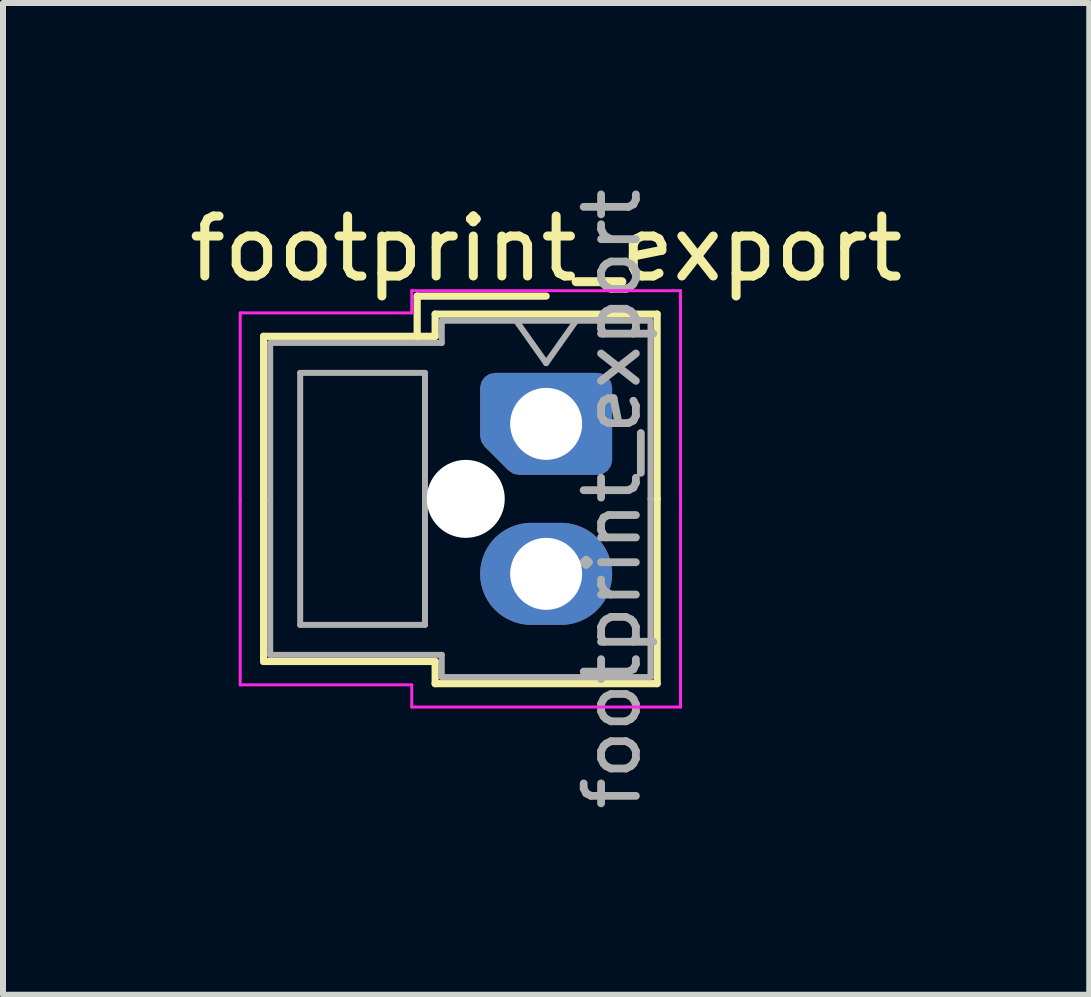
<source format=kicad_pcb>
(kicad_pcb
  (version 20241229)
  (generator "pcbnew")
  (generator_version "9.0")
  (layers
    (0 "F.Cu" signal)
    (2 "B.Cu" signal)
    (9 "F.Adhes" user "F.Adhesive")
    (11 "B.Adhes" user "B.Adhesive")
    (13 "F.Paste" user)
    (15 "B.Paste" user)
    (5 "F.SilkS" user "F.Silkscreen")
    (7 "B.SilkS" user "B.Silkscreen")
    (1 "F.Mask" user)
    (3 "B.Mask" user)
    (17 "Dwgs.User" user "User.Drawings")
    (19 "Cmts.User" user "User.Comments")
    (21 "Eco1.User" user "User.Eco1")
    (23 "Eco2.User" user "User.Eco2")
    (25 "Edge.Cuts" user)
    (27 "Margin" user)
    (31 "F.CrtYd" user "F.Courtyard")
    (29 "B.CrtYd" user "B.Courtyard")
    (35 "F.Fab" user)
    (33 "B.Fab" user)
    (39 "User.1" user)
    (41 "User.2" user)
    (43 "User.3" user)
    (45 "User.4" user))
  (footprint "footprint_export"
    (layer "F.Cu")
    (at 6.054 4.016)
    (property "Reference" "footprint_export" (at 0 -2.92 0) (layer "F.SilkS") (effects (font (size 1 1) (thickness 0.15))))
    (attr through_hole)
    (fp_line (start -4.71 -1.46) (end -4.71 1.25) (stroke (width 0.12) (type solid)) (layer "F.SilkS"))
    (fp_line (start -4.71 3.96) (end -4.71 1.25) (stroke (width 0.12) (type solid)) (layer "F.SilkS"))
    (fp_line (start -2.15 -2.13) (end -2.15 -1.46) (stroke (width 0.12) (type solid)) (layer "F.SilkS"))
    (fp_line (start -1.85 -1.83) (end -1.85 -1.46) (stroke (width 0.12) (type solid)) (layer "F.SilkS"))
    (fp_line (start -1.85 -1.46) (end -4.71 -1.46) (stroke (width 0.12) (type solid)) (layer "F.SilkS"))
    (fp_line (start -1.85 3.96) (end -4.71 3.96) (stroke (width 0.12) (type solid)) (layer "F.SilkS"))
    (fp_line (start -1.85 4.33) (end -1.85 3.96) (stroke (width 0.12) (type solid)) (layer "F.SilkS"))
    (fp_line (start 0 -2.13) (end -2.15 -2.13) (stroke (width 0.12) (type solid)) (layer "F.SilkS"))
    (fp_line (start 1.85 -1.83) (end -1.85 -1.83) (stroke (width 0.12) (type solid)) (layer "F.SilkS"))
    (fp_line (start 1.85 1.25) (end 1.85 -1.83) (stroke (width 0.12) (type solid)) (layer "F.SilkS"))
    (fp_line (start 1.85 1.25) (end 1.85 4.33) (stroke (width 0.12) (type solid)) (layer "F.SilkS"))
    (fp_line (start 1.85 4.33) (end -1.85 4.33) (stroke (width 0.12) (type solid)) (layer "F.SilkS"))
    (fp_line (start -5.1 -1.85) (end -5.1 1.25) (stroke (width 0.05) (type solid)) (layer "F.CrtYd"))
    (fp_line (start -5.1 4.35) (end -5.1 1.25) (stroke (width 0.05) (type solid)) (layer "F.CrtYd"))
    (fp_line (start -2.24 -2.22) (end -2.24 -1.85) (stroke (width 0.05) (type solid)) (layer "F.CrtYd"))
    (fp_line (start -2.24 -1.85) (end -5.1 -1.85) (stroke (width 0.05) (type solid)) (layer "F.CrtYd"))
    (fp_line (start -2.24 4.35) (end -5.1 4.35) (stroke (width 0.05) (type solid)) (layer "F.CrtYd"))
    (fp_line (start -2.24 4.72) (end -2.24 4.35) (stroke (width 0.05) (type solid)) (layer "F.CrtYd"))
    (fp_line (start 2.24 -2.22) (end -2.24 -2.22) (stroke (width 0.05) (type solid)) (layer "F.CrtYd"))
    (fp_line (start 2.24 1.25) (end 2.24 -2.22) (stroke (width 0.05) (type solid)) (layer "F.CrtYd"))
    (fp_line (start 2.24 1.25) (end 2.24 4.72) (stroke (width 0.05) (type solid)) (layer "F.CrtYd"))
    (fp_line (start 2.24 4.72) (end -2.24 4.72) (stroke (width 0.05) (type solid)) (layer "F.CrtYd"))
    (fp_line (start -4.6 -1.35) (end -4.6 1.25) (stroke (width 0.1) (type solid)) (layer "F.Fab"))
    (fp_line (start -4.6 3.85) (end -4.6 1.25) (stroke (width 0.1) (type solid)) (layer "F.Fab"))
    (fp_line (start -4.1 -0.85) (end -4.1 3.35) (stroke (width 0.1) (type solid)) (layer "F.Fab"))
    (fp_line (start -4.1 3.35) (end -2.02 3.35) (stroke (width 0.1) (type solid)) (layer "F.Fab"))
    (fp_line (start -2.02 -0.85) (end -4.1 -0.85) (stroke (width 0.1) (type solid)) (layer "F.Fab"))
    (fp_line (start -2.02 3.35) (end -2.02 -0.85) (stroke (width 0.1) (type solid)) (layer "F.Fab"))
    (fp_line (start -1.74 -1.72) (end -1.74 -1.35) (stroke (width 0.1) (type solid)) (layer "F.Fab"))
    (fp_line (start -1.74 -1.35) (end -4.6 -1.35) (stroke (width 0.1) (type solid)) (layer "F.Fab"))
    (fp_line (start -1.74 3.85) (end -4.6 3.85) (stroke (width 0.1) (type solid)) (layer "F.Fab"))
    (fp_line (start -1.74 4.22) (end -1.74 3.85) (stroke (width 0.1) (type solid)) (layer "F.Fab"))
    (fp_line (start -0.5 -1.72) (end 0 -1.013) (stroke (width 0.1) (type solid)) (layer "F.Fab"))
    (fp_line (start 0 -1.013) (end 0.5 -1.72) (stroke (width 0.1) (type solid)) (layer "F.Fab"))
    (fp_line (start 1.74 -1.72) (end -1.74 -1.72) (stroke (width 0.1) (type solid)) (layer "F.Fab"))
    (fp_line (start 1.74 1.25) (end 1.74 -1.72) (stroke (width 0.1) (type solid)) (layer "F.Fab"))
    (fp_line (start 1.74 1.25) (end 1.74 4.22) (stroke (width 0.1) (type solid)) (layer "F.Fab"))
    (fp_line (start 1.74 4.22) (end -1.74 4.22) (stroke (width 0.1) (type solid)) (layer "F.Fab"))
    (fp_text user "${REFERENCE}" (at 1.1 1.25 90) (layer "F.Fab") (effects (font (size 0.87 0.87) (thickness 0.13))))
    (pad "" np_thru_hole circle (at -1.34 1.25) (size 1.3 1.3) (drill 1.3) (layers "*.Cu" "*.Mask"))
    (pad "1" thru_hole custom (at 0 0) (size 1.417 1.417) (drill 1.2) (layers "*.Cu" "*.Mask") (options (anchor circle)) (primitives (gr_poly (pts (xy 0.85 0.6) (xy -0.45 0.6) (xy -0.85 0.2) (xy -0.85 -0.6) (xy 0.85 -0.6)) (width 0.5) (fill yes))))
    (pad "2" thru_hole oval (at 0 2.5) (size 2.2 1.7) (drill 1.2) (layers "*.Cu" "*.Mask")))
  (gr_rect
    (start -3 -3)
    (end 15.107 13.532)
    (stroke (width 0.1) (type default))
    (fill no)
    (layer "Edge.Cuts")))
</source>
